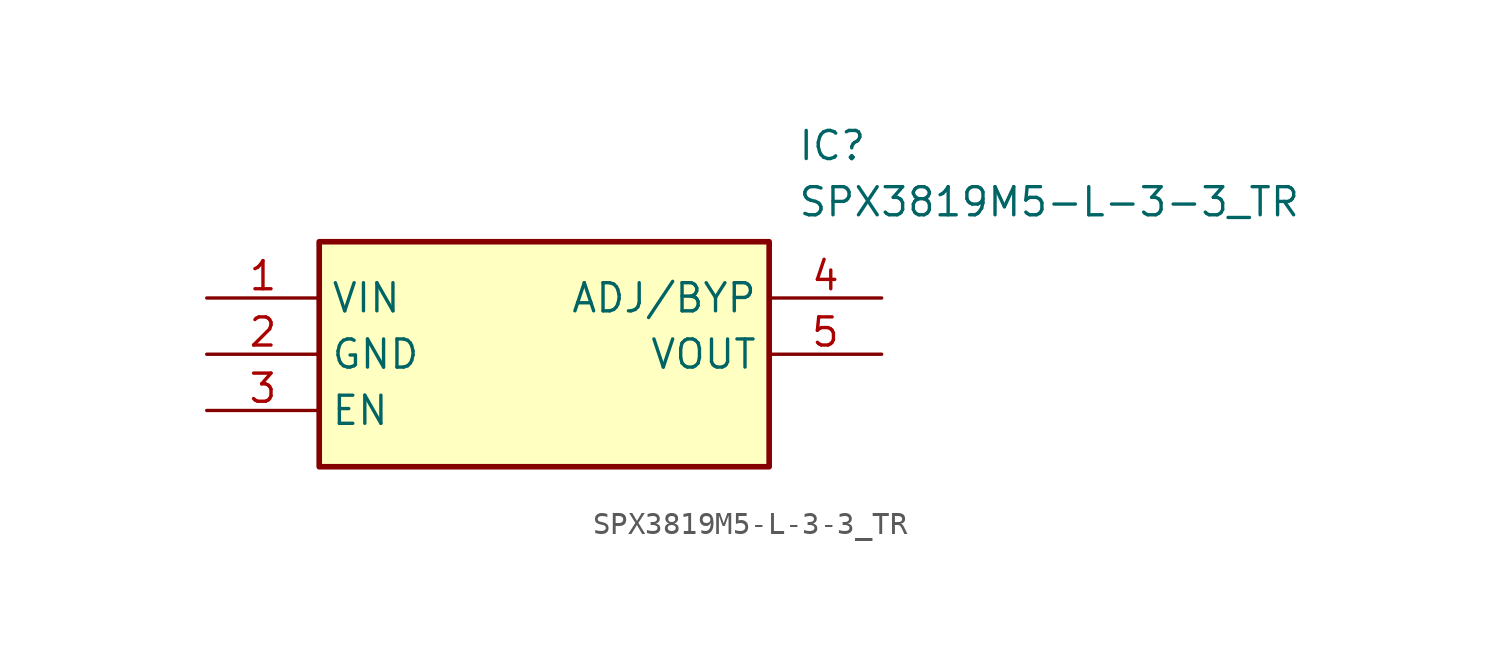
<source format=kicad_sym>
(kicad_symbol_lib
  (version 20211014)
  (generator SamacSys_ECAD_Model)
  (symbol "SPX3819M5-L-3-3_TR"
    (property "Reference" "IC"
      (at 26.67 7.62 0)
      (effects (font (size 1.27 1.27)) (justify left top)))
    (property "Value" "SPX3819M5-L-3-3_TR"
      (at 26.67 5.08 0)
      (effects (font (size 1.27 1.27)) (justify left top)))
    (rectangle
      (start 5.08 2.54)
      (end 25.4 -7.62)
      (stroke (width 0.254) (type default))
      (fill (type background)))
    (pin passive line
      (at 0 0 0)
      (length 5.08)
      (name "VIN" (effects (font (size 1.27 1.27))))
      (number "1" (effects (font (size 1.27 1.27)))))
    (pin passive line
      (at 0 -2.54 0)
      (length 5.08)
      (name "GND" (effects (font (size 1.27 1.27))))
      (number "2" (effects (font (size 1.27 1.27)))))
    (pin passive line
      (at 0 -5.08 0)
      (length 5.08)
      (name "EN" (effects (font (size 1.27 1.27))))
      (number "3" (effects (font (size 1.27 1.27)))))
    (pin passive line
      (at 30.48 0 180)
      (length 5.08)
      (name "ADJ/BYP" (effects (font (size 1.27 1.27))))
      (number "4" (effects (font (size 1.27 1.27)))))
    (pin passive line
      (at 30.48 -2.54 180)
      (length 5.08)
      (name "VOUT" (effects (font (size 1.27 1.27))))
      (number "5" (effects (font (size 1.27 1.27)))))))
</source>
